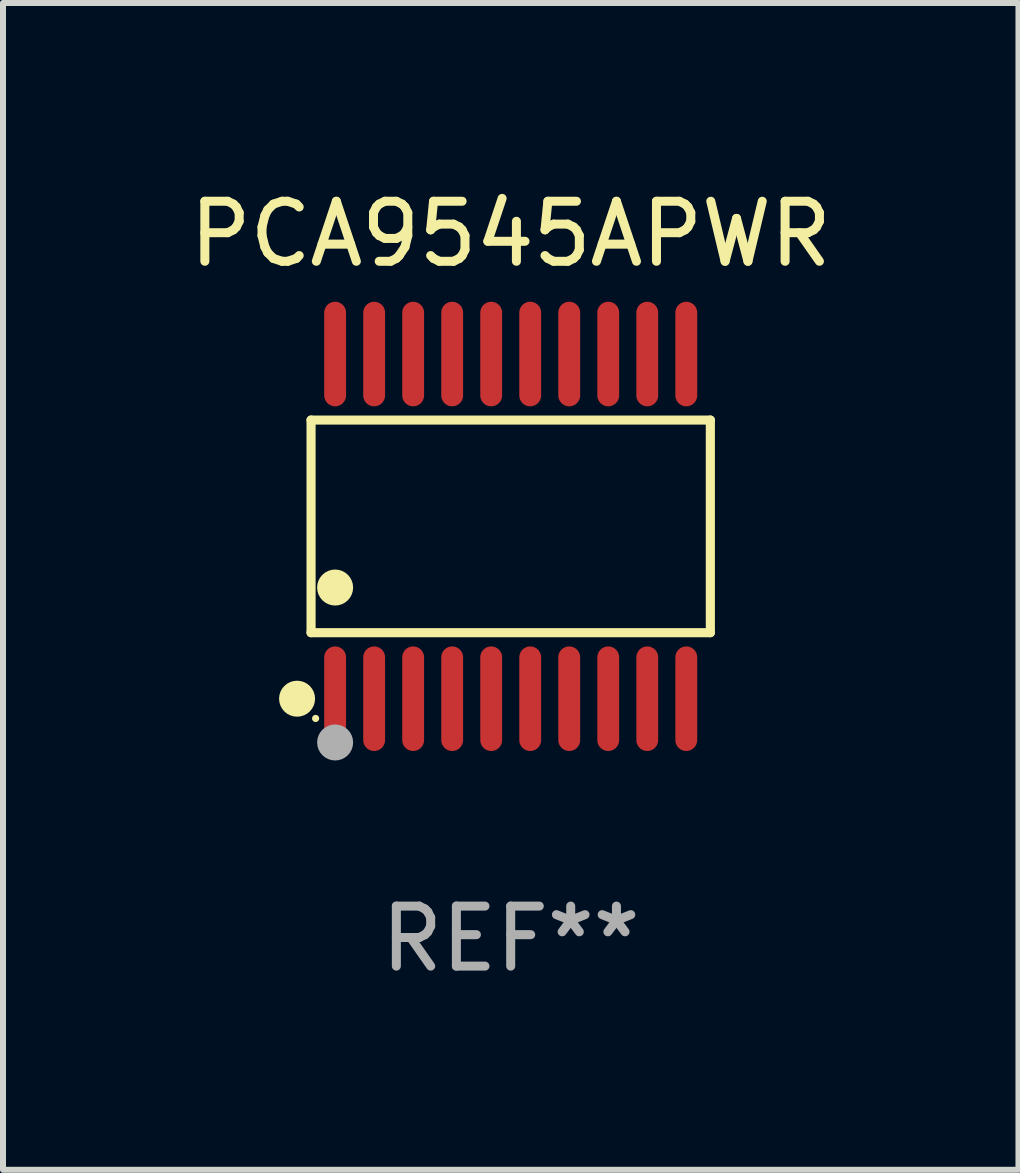
<source format=kicad_pcb>
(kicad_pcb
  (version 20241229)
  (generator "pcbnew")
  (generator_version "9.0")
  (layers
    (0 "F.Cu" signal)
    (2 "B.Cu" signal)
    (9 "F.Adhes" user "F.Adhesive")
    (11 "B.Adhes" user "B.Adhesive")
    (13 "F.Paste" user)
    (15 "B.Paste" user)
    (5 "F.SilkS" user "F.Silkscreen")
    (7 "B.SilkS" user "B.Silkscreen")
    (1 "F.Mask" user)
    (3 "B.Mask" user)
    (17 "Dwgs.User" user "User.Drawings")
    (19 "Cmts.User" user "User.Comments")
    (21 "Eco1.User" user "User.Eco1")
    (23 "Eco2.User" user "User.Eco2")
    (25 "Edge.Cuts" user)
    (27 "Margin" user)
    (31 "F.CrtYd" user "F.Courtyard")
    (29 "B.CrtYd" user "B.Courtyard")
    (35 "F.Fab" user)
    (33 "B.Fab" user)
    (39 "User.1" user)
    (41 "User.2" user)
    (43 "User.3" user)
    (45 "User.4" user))
  (footprint "PCA9545APWR"
    (layer "F.Cu")
    (at 5.458 5.719)
    (property "Reference" "PCA9545APWR" (at 0 -4.871 0) (layer "F.SilkS") (effects (font (size 1 1) (thickness 0.15))))
    (attr through_hole)
    (fp_line (start -3.326 -1.771) (end 3.326 -1.771) (stroke (width 0.152) (type solid)) (layer "F.SilkS"))
    (fp_line (start -3.326 1.771) (end -3.326 -1.771) (stroke (width 0.152) (type solid)) (layer "F.SilkS"))
    (fp_line (start 3.326 -1.771) (end 3.326 1.771) (stroke (width 0.152) (type solid)) (layer "F.SilkS"))
    (fp_line (start 3.326 1.771) (end -3.326 1.771) (stroke (width 0.152) (type solid)) (layer "F.SilkS"))
    (fp_circle (center -3.559 2.871) (end -3.409 2.871) (stroke (width 0.3) (type solid)) (fill no) (layer "F.SilkS"))
    (fp_circle (center -3.25 3.2) (end -3.22 3.2) (stroke (width 0.06) (type solid)) (fill no) (layer "F.SilkS"))
    (fp_circle (center -2.925 1.019) (end -2.775 1.019) (stroke (width 0.3) (type solid)) (fill no) (layer "F.SilkS"))
    (fp_circle (center -2.925 3.6) (end -2.775 3.6) (stroke (width 0.3) (type solid)) (fill no) (layer "F.Fab"))
    (fp_text user "REF**" (at 0 6.871 0) (layer "F.Fab") (effects (font (size 1 1) (thickness 0.15))))
    (pad "1" smd oval (at -2.925 2.871) (size 0.364 1.742) (layers "F.Cu" "F.Mask" "F.Paste"))
    (pad "2" smd oval (at -2.275 2.871) (size 0.364 1.742) (layers "F.Cu" "F.Mask" "F.Paste"))
    (pad "3" smd oval (at -1.625 2.871) (size 0.364 1.742) (layers "F.Cu" "F.Mask" "F.Paste"))
    (pad "4" smd oval (at -0.975 2.871) (size 0.364 1.742) (layers "F.Cu" "F.Mask" "F.Paste"))
    (pad "5" smd oval (at -0.325 2.871) (size 0.364 1.742) (layers "F.Cu" "F.Mask" "F.Paste"))
    (pad "6" smd oval (at 0.325 2.871) (size 0.364 1.742) (layers "F.Cu" "F.Mask" "F.Paste"))
    (pad "7" smd oval (at 0.975 2.871) (size 0.364 1.742) (layers "F.Cu" "F.Mask" "F.Paste"))
    (pad "8" smd oval (at 1.625 2.871) (size 0.364 1.742) (layers "F.Cu" "F.Mask" "F.Paste"))
    (pad "9" smd oval (at 2.275 2.871) (size 0.364 1.742) (layers "F.Cu" "F.Mask" "F.Paste"))
    (pad "10" smd oval (at 2.925 2.871) (size 0.364 1.742) (layers "F.Cu" "F.Mask" "F.Paste"))
    (pad "11" smd oval (at 2.925 -2.871) (size 0.364 1.742) (layers "F.Cu" "F.Mask" "F.Paste"))
    (pad "12" smd oval (at 2.275 -2.871) (size 0.364 1.742) (layers "F.Cu" "F.Mask" "F.Paste"))
    (pad "13" smd oval (at 1.625 -2.871) (size 0.364 1.742) (layers "F.Cu" "F.Mask" "F.Paste"))
    (pad "14" smd oval (at 0.975 -2.871) (size 0.364 1.742) (layers "F.Cu" "F.Mask" "F.Paste"))
    (pad "15" smd oval (at 0.325 -2.871) (size 0.364 1.742) (layers "F.Cu" "F.Mask" "F.Paste"))
    (pad "16" smd oval (at -0.325 -2.871) (size 0.364 1.742) (layers "F.Cu" "F.Mask" "F.Paste"))
    (pad "17" smd oval (at -0.975 -2.871) (size 0.364 1.742) (layers "F.Cu" "F.Mask" "F.Paste"))
    (pad "18" smd oval (at -1.625 -2.871) (size 0.364 1.742) (layers "F.Cu" "F.Mask" "F.Paste"))
    (pad "19" smd oval (at -2.275 -2.871) (size 0.364 1.742) (layers "F.Cu" "F.Mask" "F.Paste"))
    (pad "20" smd oval (at -2.925 -2.871) (size 0.364 1.742) (layers "F.Cu" "F.Mask" "F.Paste")))
  (gr_rect
    (start -3 -3)
    (end 13.917 16.438)
    (stroke (width 0.1) (type default))
    (fill no)
    (layer "Edge.Cuts")))
</source>
